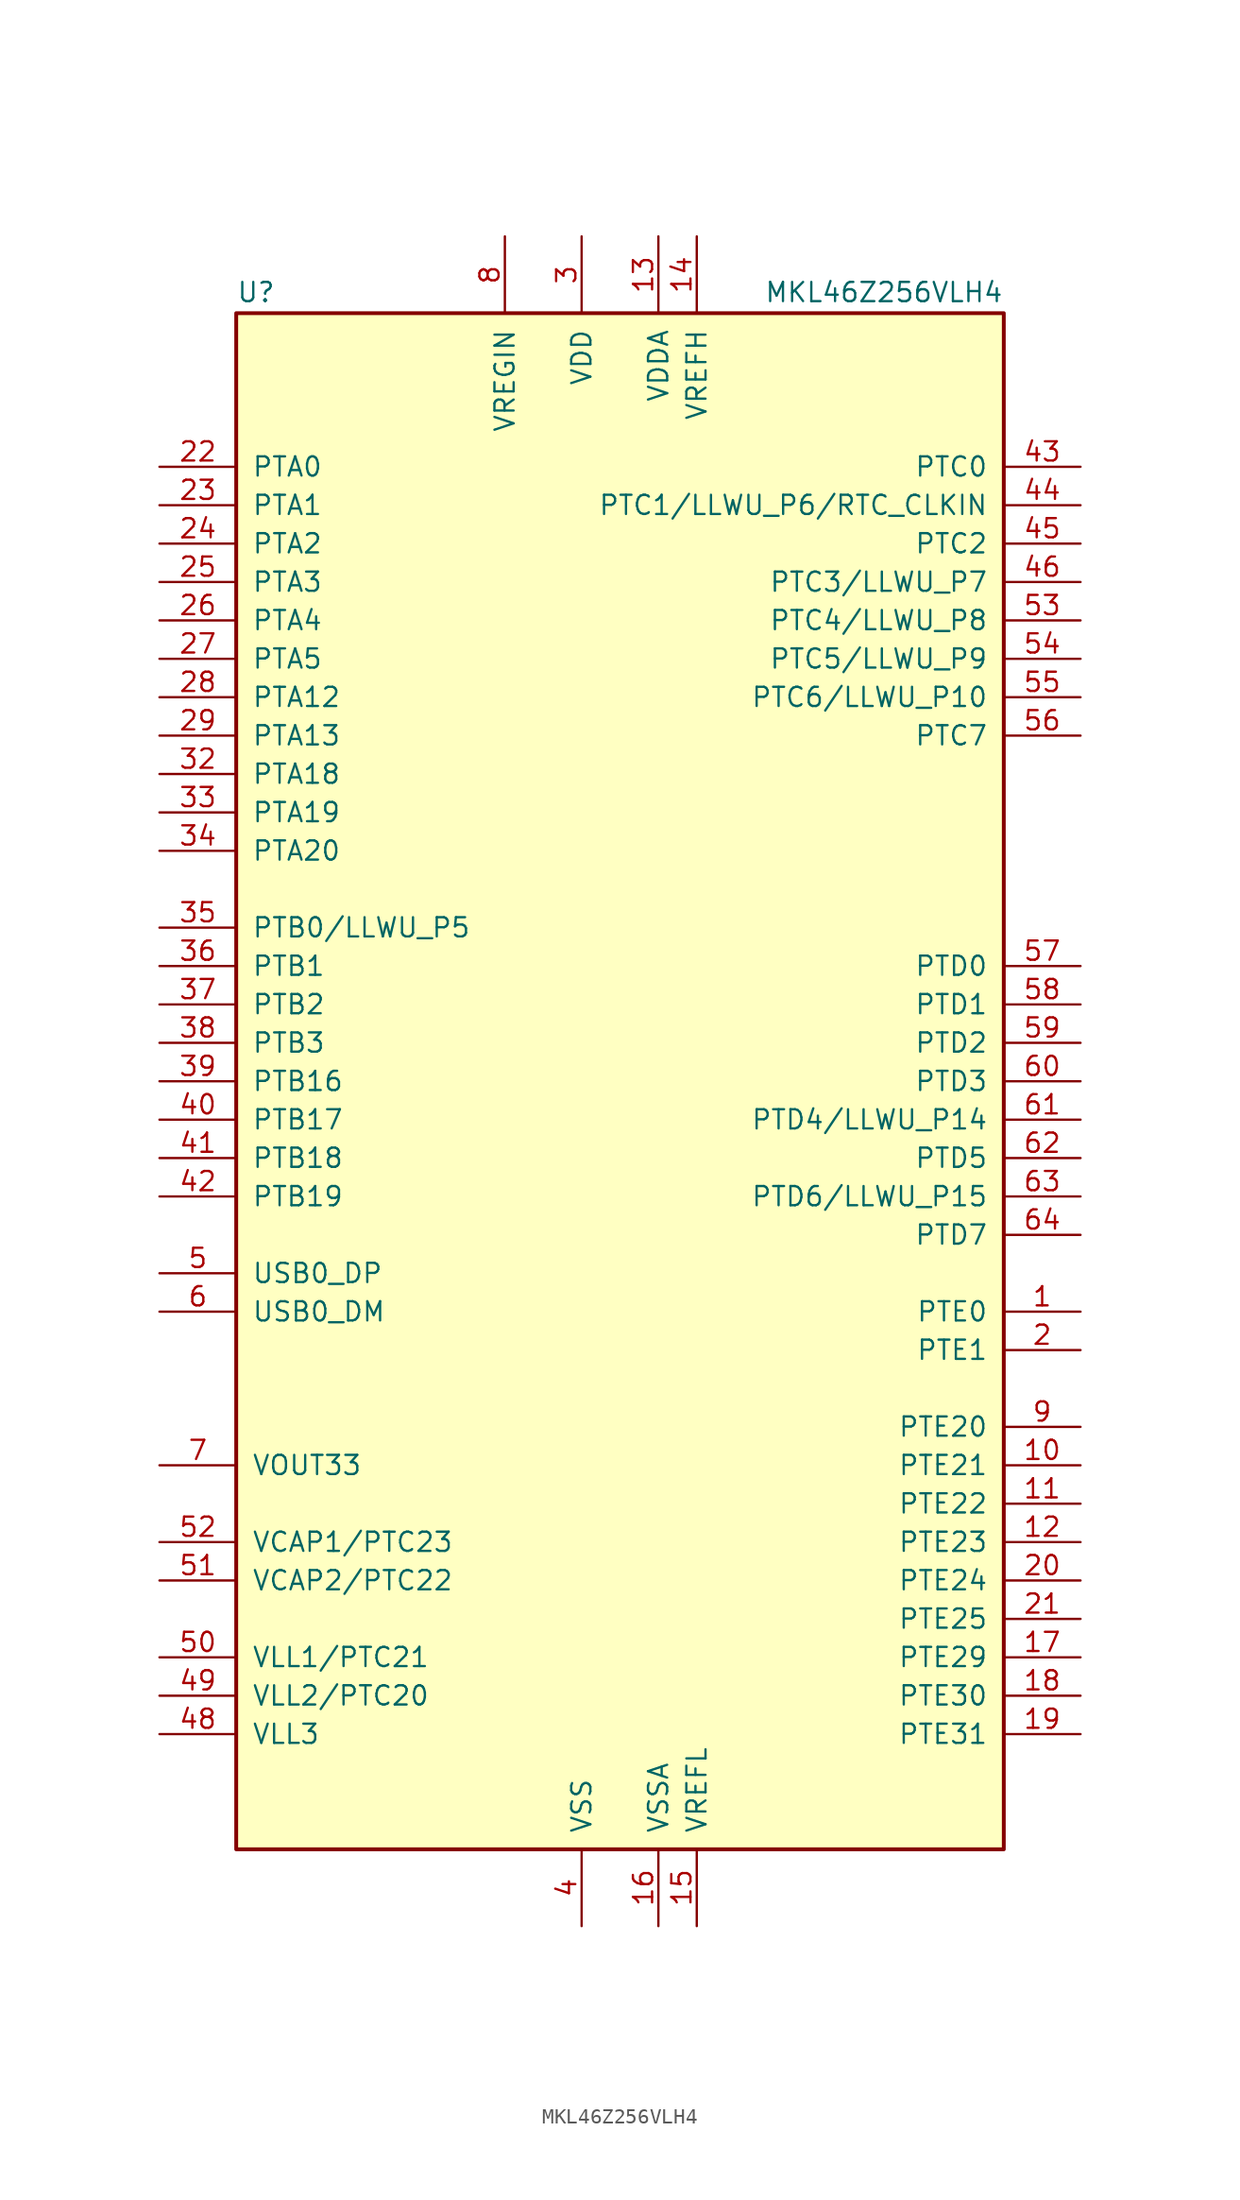
<source format=kicad_sym>
(kicad_symbol_lib
  (version 20241209)
  (generator "kicad_symbol_editor")
  (generator_version "9.0")
  (symbol "MKL46Z256VLH4"
    (pin_names
      (offset 1.016))
    (property "Reference" "U"
      (at -25.4 51.435 0)
      (effects (font (size 1.27 1.27)) (justify left bottom)))
    (property "Value" "MKL46Z256VLH4"
      (at 25.4 51.435 0)
      (effects (font (size 1.27 1.27)) (justify right bottom)))
    (symbol "MKL46Z256VLH4_0_1"
      (rectangle (start -25.4 50.8) (end 25.4 -50.8) (stroke (width 0.254) (type default)) (fill (type background))))
    (symbol "MKL46Z256VLH4_1_1"
      (pin bidirectional line (at -30.48 40.64 0) (length 5.08) (name "PTA0" (effects (font (size 1.27 1.27)))) (number "22" (effects (font (size 1.27 1.27)))))
      (pin bidirectional line (at -30.48 38.1 0) (length 5.08) (name "PTA1" (effects (font (size 1.27 1.27)))) (number "23" (effects (font (size 1.27 1.27)))))
      (pin bidirectional line (at -30.48 35.56 0) (length 5.08) (name "PTA2" (effects (font (size 1.27 1.27)))) (number "24" (effects (font (size 1.27 1.27)))))
      (pin bidirectional line (at -30.48 33.02 0) (length 5.08) (name "PTA3" (effects (font (size 1.27 1.27)))) (number "25" (effects (font (size 1.27 1.27)))))
      (pin bidirectional line (at -30.48 30.48 0) (length 5.08) (name "PTA4" (effects (font (size 1.27 1.27)))) (number "26" (effects (font (size 1.27 1.27)))))
      (pin bidirectional line (at -30.48 27.94 0) (length 5.08) (name "PTA5" (effects (font (size 1.27 1.27)))) (number "27" (effects (font (size 1.27 1.27)))))
      (pin bidirectional line (at -30.48 25.4 0) (length 5.08) (name "PTA12" (effects (font (size 1.27 1.27)))) (number "28" (effects (font (size 1.27 1.27)))))
      (pin bidirectional line (at -30.48 22.86 0) (length 5.08) (name "PTA13" (effects (font (size 1.27 1.27)))) (number "29" (effects (font (size 1.27 1.27)))))
      (pin bidirectional line (at -30.48 20.32 0) (length 5.08) (name "PTA18" (effects (font (size 1.27 1.27)))) (number "32" (effects (font (size 1.27 1.27)))))
      (pin bidirectional line (at -30.48 17.78 0) (length 5.08) (name "PTA19" (effects (font (size 1.27 1.27)))) (number "33" (effects (font (size 1.27 1.27)))))
      (pin bidirectional line (at -30.48 15.24 0) (length 5.08) (name "PTA20" (effects (font (size 1.27 1.27)))) (number "34" (effects (font (size 1.27 1.27)))))
      (pin bidirectional line (at -30.48 10.16 0) (length 5.08) (name "PTB0/LLWU_P5" (effects (font (size 1.27 1.27)))) (number "35" (effects (font (size 1.27 1.27)))))
      (pin bidirectional line (at -30.48 7.62 0) (length 5.08) (name "PTB1" (effects (font (size 1.27 1.27)))) (number "36" (effects (font (size 1.27 1.27)))))
      (pin bidirectional line (at -30.48 5.08 0) (length 5.08) (name "PTB2" (effects (font (size 1.27 1.27)))) (number "37" (effects (font (size 1.27 1.27)))))
      (pin bidirectional line (at -30.48 2.54 0) (length 5.08) (name "PTB3" (effects (font (size 1.27 1.27)))) (number "38" (effects (font (size 1.27 1.27)))))
      (pin bidirectional line (at -30.48 0 0) (length 5.08) (name "PTB16" (effects (font (size 1.27 1.27)))) (number "39" (effects (font (size 1.27 1.27)))))
      (pin bidirectional line (at -30.48 -2.54 0) (length 5.08) (name "PTB17" (effects (font (size 1.27 1.27)))) (number "40" (effects (font (size 1.27 1.27)))))
      (pin bidirectional line (at -30.48 -5.08 0) (length 5.08) (name "PTB18" (effects (font (size 1.27 1.27)))) (number "41" (effects (font (size 1.27 1.27)))))
      (pin bidirectional line (at -30.48 -7.62 0) (length 5.08) (name "PTB19" (effects (font (size 1.27 1.27)))) (number "42" (effects (font (size 1.27 1.27)))))
      (pin bidirectional line (at -30.48 -12.7 0) (length 5.08) (name "USB0_DP" (effects (font (size 1.27 1.27)))) (number "5" (effects (font (size 1.27 1.27)))))
      (pin bidirectional line (at -30.48 -15.24 0) (length 5.08) (name "USB0_DM" (effects (font (size 1.27 1.27)))) (number "6" (effects (font (size 1.27 1.27)))))
      (pin power_out line (at -30.48 -25.4 0) (length 5.08) (name "VOUT33" (effects (font (size 1.27 1.27)))) (number "7" (effects (font (size 1.27 1.27)))))
      (pin passive line (at -30.48 -30.48 0) (length 5.08) (name "VCAP1/PTC23" (effects (font (size 1.27 1.27)))) (number "52" (effects (font (size 1.27 1.27)))))
      (pin passive line (at -30.48 -33.02 0) (length 5.08) (name "VCAP2/PTC22" (effects (font (size 1.27 1.27)))) (number "51" (effects (font (size 1.27 1.27)))))
      (pin power_out line (at -30.48 -38.1 0) (length 5.08) (name "VLL1/PTC21" (effects (font (size 1.27 1.27)))) (number "50" (effects (font (size 1.27 1.27)))))
      (pin power_out line (at -30.48 -40.64 0) (length 5.08) (name "VLL2/PTC20" (effects (font (size 1.27 1.27)))) (number "49" (effects (font (size 1.27 1.27)))))
      (pin power_out line (at -30.48 -43.18 0) (length 5.08) (name "VLL3" (effects (font (size 1.27 1.27)))) (number "48" (effects (font (size 1.27 1.27)))))
      (pin power_in line (at -7.62 55.88 270) (length 5.08) (name "VREGIN" (effects (font (size 1.27 1.27)))) (number "8" (effects (font (size 1.27 1.27)))))
      (pin power_in line (at -2.54 55.88 270) (length 5.08) (name "VDD" (effects (font (size 1.27 1.27)))) (number "3" (effects (font (size 1.27 1.27)))))
      (pin passive line (at -2.54 55.88 270) (length 5.08) (hide yes) (name "VDD" (effects (font (size 1.27 1.27)))) (number "30" (effects (font (size 1.27 1.27)))))
      (pin passive line (at -2.54 -55.88 90) (length 5.08) (hide yes) (name "VSS" (effects (font (size 1.27 1.27)))) (number "31" (effects (font (size 1.27 1.27)))))
      (pin power_in line (at -2.54 -55.88 90) (length 5.08) (name "VSS" (effects (font (size 1.27 1.27)))) (number "4" (effects (font (size 1.27 1.27)))))
      (pin passive line (at -2.54 -55.88 90) (length 5.08) (hide yes) (name "VSS" (effects (font (size 1.27 1.27)))) (number "47" (effects (font (size 1.27 1.27)))))
      (pin power_in line (at 2.54 55.88 270) (length 5.08) (name "VDDA" (effects (font (size 1.27 1.27)))) (number "13" (effects (font (size 1.27 1.27)))))
      (pin power_in line (at 2.54 -55.88 90) (length 5.08) (name "VSSA" (effects (font (size 1.27 1.27)))) (number "16" (effects (font (size 1.27 1.27)))))
      (pin power_in line (at 5.08 55.88 270) (length 5.08) (name "VREFH" (effects (font (size 1.27 1.27)))) (number "14" (effects (font (size 1.27 1.27)))))
      (pin power_in line (at 5.08 -55.88 90) (length 5.08) (name "VREFL" (effects (font (size 1.27 1.27)))) (number "15" (effects (font (size 1.27 1.27)))))
      (pin bidirectional line (at 30.48 40.64 180) (length 5.08) (name "PTC0" (effects (font (size 1.27 1.27)))) (number "43" (effects (font (size 1.27 1.27)))))
      (pin bidirectional line (at 30.48 38.1 180) (length 5.08) (name "PTC1/LLWU_P6/RTC_CLKIN" (effects (font (size 1.27 1.27)))) (number "44" (effects (font (size 1.27 1.27)))))
      (pin bidirectional line (at 30.48 35.56 180) (length 5.08) (name "PTC2" (effects (font (size 1.27 1.27)))) (number "45" (effects (font (size 1.27 1.27)))))
      (pin bidirectional line (at 30.48 33.02 180) (length 5.08) (name "PTC3/LLWU_P7" (effects (font (size 1.27 1.27)))) (number "46" (effects (font (size 1.27 1.27)))))
      (pin bidirectional line (at 30.48 30.48 180) (length 5.08) (name "PTC4/LLWU_P8" (effects (font (size 1.27 1.27)))) (number "53" (effects (font (size 1.27 1.27)))))
      (pin bidirectional line (at 30.48 27.94 180) (length 5.08) (name "PTC5/LLWU_P9" (effects (font (size 1.27 1.27)))) (number "54" (effects (font (size 1.27 1.27)))))
      (pin bidirectional line (at 30.48 25.4 180) (length 5.08) (name "PTC6/LLWU_P10" (effects (font (size 1.27 1.27)))) (number "55" (effects (font (size 1.27 1.27)))))
      (pin bidirectional line (at 30.48 22.86 180) (length 5.08) (name "PTC7" (effects (font (size 1.27 1.27)))) (number "56" (effects (font (size 1.27 1.27)))))
      (pin bidirectional line (at 30.48 7.62 180) (length 5.08) (name "PTD0" (effects (font (size 1.27 1.27)))) (number "57" (effects (font (size 1.27 1.27)))))
      (pin bidirectional line (at 30.48 5.08 180) (length 5.08) (name "PTD1" (effects (font (size 1.27 1.27)))) (number "58" (effects (font (size 1.27 1.27)))))
      (pin bidirectional line (at 30.48 2.54 180) (length 5.08) (name "PTD2" (effects (font (size 1.27 1.27)))) (number "59" (effects (font (size 1.27 1.27)))))
      (pin bidirectional line (at 30.48 0 180) (length 5.08) (name "PTD3" (effects (font (size 1.27 1.27)))) (number "60" (effects (font (size 1.27 1.27)))))
      (pin bidirectional line (at 30.48 -2.54 180) (length 5.08) (name "PTD4/LLWU_P14" (effects (font (size 1.27 1.27)))) (number "61" (effects (font (size 1.27 1.27)))))
      (pin bidirectional line (at 30.48 -5.08 180) (length 5.08) (name "PTD5" (effects (font (size 1.27 1.27)))) (number "62" (effects (font (size 1.27 1.27)))))
      (pin bidirectional line (at 30.48 -7.62 180) (length 5.08) (name "PTD6/LLWU_P15" (effects (font (size 1.27 1.27)))) (number "63" (effects (font (size 1.27 1.27)))))
      (pin bidirectional line (at 30.48 -10.16 180) (length 5.08) (name "PTD7" (effects (font (size 1.27 1.27)))) (number "64" (effects (font (size 1.27 1.27)))))
      (pin bidirectional line (at 30.48 -15.24 180) (length 5.08) (name "PTE0" (effects (font (size 1.27 1.27)))) (number "1" (effects (font (size 1.27 1.27)))))
      (pin bidirectional line (at 30.48 -17.78 180) (length 5.08) (name "PTE1" (effects (font (size 1.27 1.27)))) (number "2" (effects (font (size 1.27 1.27)))))
      (pin bidirectional line (at 30.48 -22.86 180) (length 5.08) (name "PTE20" (effects (font (size 1.27 1.27)))) (number "9" (effects (font (size 1.27 1.27)))))
      (pin bidirectional line (at 30.48 -25.4 180) (length 5.08) (name "PTE21" (effects (font (size 1.27 1.27)))) (number "10" (effects (font (size 1.27 1.27)))))
      (pin bidirectional line (at 30.48 -27.94 180) (length 5.08) (name "PTE22" (effects (font (size 1.27 1.27)))) (number "11" (effects (font (size 1.27 1.27)))))
      (pin bidirectional line (at 30.48 -30.48 180) (length 5.08) (name "PTE23" (effects (font (size 1.27 1.27)))) (number "12" (effects (font (size 1.27 1.27)))))
      (pin bidirectional line (at 30.48 -33.02 180) (length 5.08) (name "PTE24" (effects (font (size 1.27 1.27)))) (number "20" (effects (font (size 1.27 1.27)))))
      (pin bidirectional line (at 30.48 -35.56 180) (length 5.08) (name "PTE25" (effects (font (size 1.27 1.27)))) (number "21" (effects (font (size 1.27 1.27)))))
      (pin bidirectional line (at 30.48 -38.1 180) (length 5.08) (name "PTE29" (effects (font (size 1.27 1.27)))) (number "17" (effects (font (size 1.27 1.27)))))
      (pin bidirectional line (at 30.48 -40.64 180) (length 5.08) (name "PTE30" (effects (font (size 1.27 1.27)))) (number "18" (effects (font (size 1.27 1.27)))))
      (pin bidirectional line (at 30.48 -43.18 180) (length 5.08) (name "PTE31" (effects (font (size 1.27 1.27)))) (number "19" (effects (font (size 1.27 1.27))))))))
</source>
